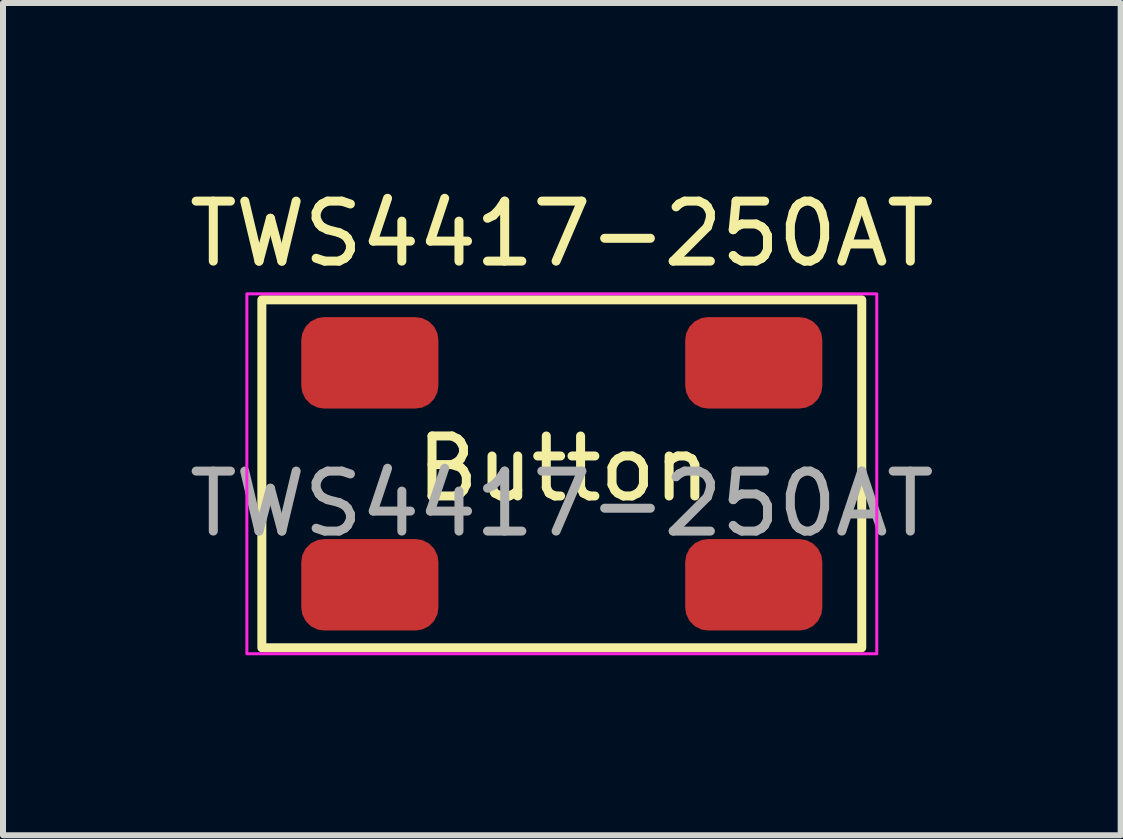
<source format=kicad_pcb>
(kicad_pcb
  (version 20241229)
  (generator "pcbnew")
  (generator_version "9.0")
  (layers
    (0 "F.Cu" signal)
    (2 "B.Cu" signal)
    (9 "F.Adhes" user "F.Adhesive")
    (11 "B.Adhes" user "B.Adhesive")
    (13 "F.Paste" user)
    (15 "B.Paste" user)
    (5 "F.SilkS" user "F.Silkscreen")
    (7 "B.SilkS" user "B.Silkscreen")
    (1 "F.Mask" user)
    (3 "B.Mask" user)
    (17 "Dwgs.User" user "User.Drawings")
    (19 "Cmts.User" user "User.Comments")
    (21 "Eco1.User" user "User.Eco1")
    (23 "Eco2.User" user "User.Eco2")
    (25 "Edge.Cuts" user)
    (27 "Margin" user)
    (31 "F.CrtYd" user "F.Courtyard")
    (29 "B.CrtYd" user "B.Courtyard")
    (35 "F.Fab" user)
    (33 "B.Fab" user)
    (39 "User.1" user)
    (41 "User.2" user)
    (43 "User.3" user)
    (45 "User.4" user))
  (footprint "TWS4417-250AT"
    (layer "F.Cu")
    (at 6.315 4.848)
    (property "Reference" "TWS4417-250AT" (at 0 -4 0) (unlocked yes) (layer "F.SilkS") (effects (font (size 1 1) (thickness 0.15))))
    (attr smd)
    (fp_rect (start -5 -2.9) (end 5 2.9) (stroke (width 0.15) (type default)) (fill no) (layer "F.SilkS"))
    (fp_rect (start -5.25 -3) (end 5.25 3) (stroke (width 0.05) (type default)) (fill no) (layer "F.CrtYd"))
    (fp_text user "Button" (at -2.5 0.5 0) (unlocked yes) (layer "F.SilkS") (effects (font (size 1 1) (thickness 0.15)) (justify left bottom)))
    (fp_text user "${REFERENCE}" (at 0 0.5 0) (unlocked yes) (layer "F.Fab") (effects (font (size 1 1) (thickness 0.15))))
    (pad "1" smd roundrect (at -3.2 -1.85) (size 2.286 1.524) (layers "F.Cu" "F.Mask" "F.Paste") (roundrect_rratio 0.25))
    (pad "2" smd roundrect (at 3.2 -1.85) (size 2.286 1.524) (layers "F.Cu" "F.Mask" "F.Paste") (roundrect_rratio 0.25))
    (pad "3" smd roundrect (at -3.2 1.85) (size 2.286 1.524) (layers "F.Cu" "F.Mask" "F.Paste") (roundrect_rratio 0.25))
    (pad "4" smd roundrect (at 3.2 1.85) (size 2.286 1.524) (layers "F.Cu" "F.Mask" "F.Paste") (roundrect_rratio 0.25)))
  (gr_rect
    (start -3 -3)
    (end 15.631 10.873)
    (stroke (width 0.1) (type default))
    (fill no)
    (layer "Edge.Cuts")))
</source>
